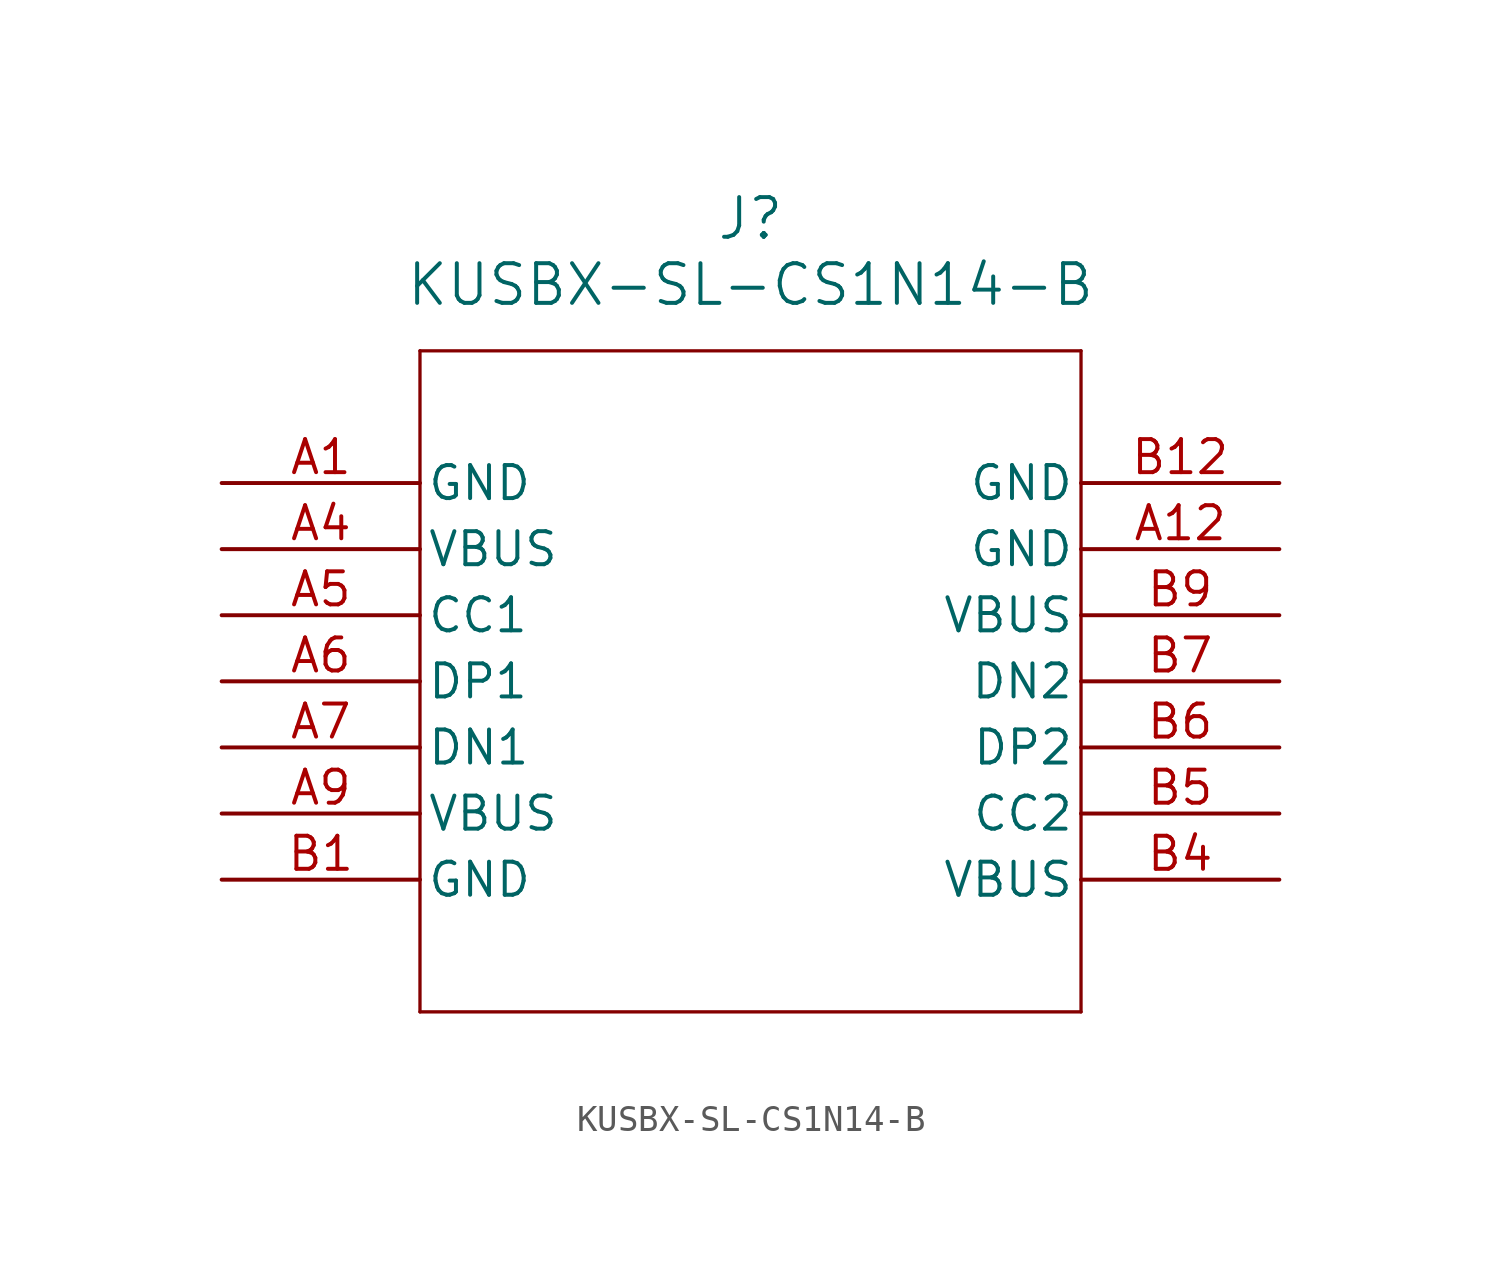
<source format=kicad_sym>
(kicad_symbol_lib
  (version 20211014)
  (generator kicad_symbol_editor)
  (symbol "KUSBX-SL-CS1N14-B"
    (pin_names
      (offset 0.254))
    (property "Reference" "J"
      (at 20.32 10.16 0)
      (effects (font (size 1.524 1.524))))
    (property "Value" "KUSBX-SL-CS1N14-B"
      (at 20.32 7.62 0)
      (effects (font (size 1.524 1.524))))
    (symbol "KUSBX-SL-CS1N14-B_0_1"
      (polyline (pts (xy 7.62 5.08) (xy 7.62 -20.32)) (stroke (width 0.127) (type default) (color 0 0 0 0)) (fill (type none)))
      (polyline (pts (xy 7.62 -20.32) (xy 33.02 -20.32)) (stroke (width 0.127) (type default) (color 0 0 0 0)) (fill (type none)))
      (polyline (pts (xy 33.02 -20.32) (xy 33.02 5.08)) (stroke (width 0.127) (type default) (color 0 0 0 0)) (fill (type none)))
      (polyline (pts (xy 33.02 5.08) (xy 7.62 5.08)) (stroke (width 0.127) (type default) (color 0 0 0 0)) (fill (type none)))
      (pin power_out line (at 0 0 0) (length 7.62) (name "GND" (effects (font (size 1.27 1.27)))) (number "A1" (effects (font (size 1.27 1.27)))))
      (pin power_in line (at 0 -2.54 0) (length 7.62) (name "VBUS" (effects (font (size 1.27 1.27)))) (number "A4" (effects (font (size 1.27 1.27)))))
      (pin bidirectional line (at 0 -5.08 0) (length 7.62) (name "CC1" (effects (font (size 1.27 1.27)))) (number "A5" (effects (font (size 1.27 1.27)))))
      (pin bidirectional line (at 0 -7.62 0) (length 7.62) (name "DP1" (effects (font (size 1.27 1.27)))) (number "A6" (effects (font (size 1.27 1.27)))))
      (pin bidirectional line (at 0 -10.16 0) (length 7.62) (name "DN1" (effects (font (size 1.27 1.27)))) (number "A7" (effects (font (size 1.27 1.27)))))
      (pin power_in line (at 0 -12.7 0) (length 7.62) (name "VBUS" (effects (font (size 1.27 1.27)))) (number "A9" (effects (font (size 1.27 1.27)))))
      (pin power_out line (at 0 -15.24 0) (length 7.62) (name "GND" (effects (font (size 1.27 1.27)))) (number "B1" (effects (font (size 1.27 1.27)))))
      (pin power_in line (at 40.64 -15.24 180) (length 7.62) (name "VBUS" (effects (font (size 1.27 1.27)))) (number "B4" (effects (font (size 1.27 1.27)))))
      (pin bidirectional line (at 40.64 -12.7 180) (length 7.62) (name "CC2" (effects (font (size 1.27 1.27)))) (number "B5" (effects (font (size 1.27 1.27)))))
      (pin bidirectional line (at 40.64 -10.16 180) (length 7.62) (name "DP2" (effects (font (size 1.27 1.27)))) (number "B6" (effects (font (size 1.27 1.27)))))
      (pin bidirectional line (at 40.64 -7.62 180) (length 7.62) (name "DN2" (effects (font (size 1.27 1.27)))) (number "B7" (effects (font (size 1.27 1.27)))))
      (pin power_in line (at 40.64 -5.08 180) (length 7.62) (name "VBUS" (effects (font (size 1.27 1.27)))) (number "B9" (effects (font (size 1.27 1.27)))))
      (pin power_out line (at 40.64 -2.54 180) (length 7.62) (name "GND" (effects (font (size 1.27 1.27)))) (number "A12" (effects (font (size 1.27 1.27)))))
      (pin power_out line (at 40.64 0 180) (length 7.62) (name "GND" (effects (font (size 1.27 1.27)))) (number "B12" (effects (font (size 1.27 1.27))))))))
</source>
